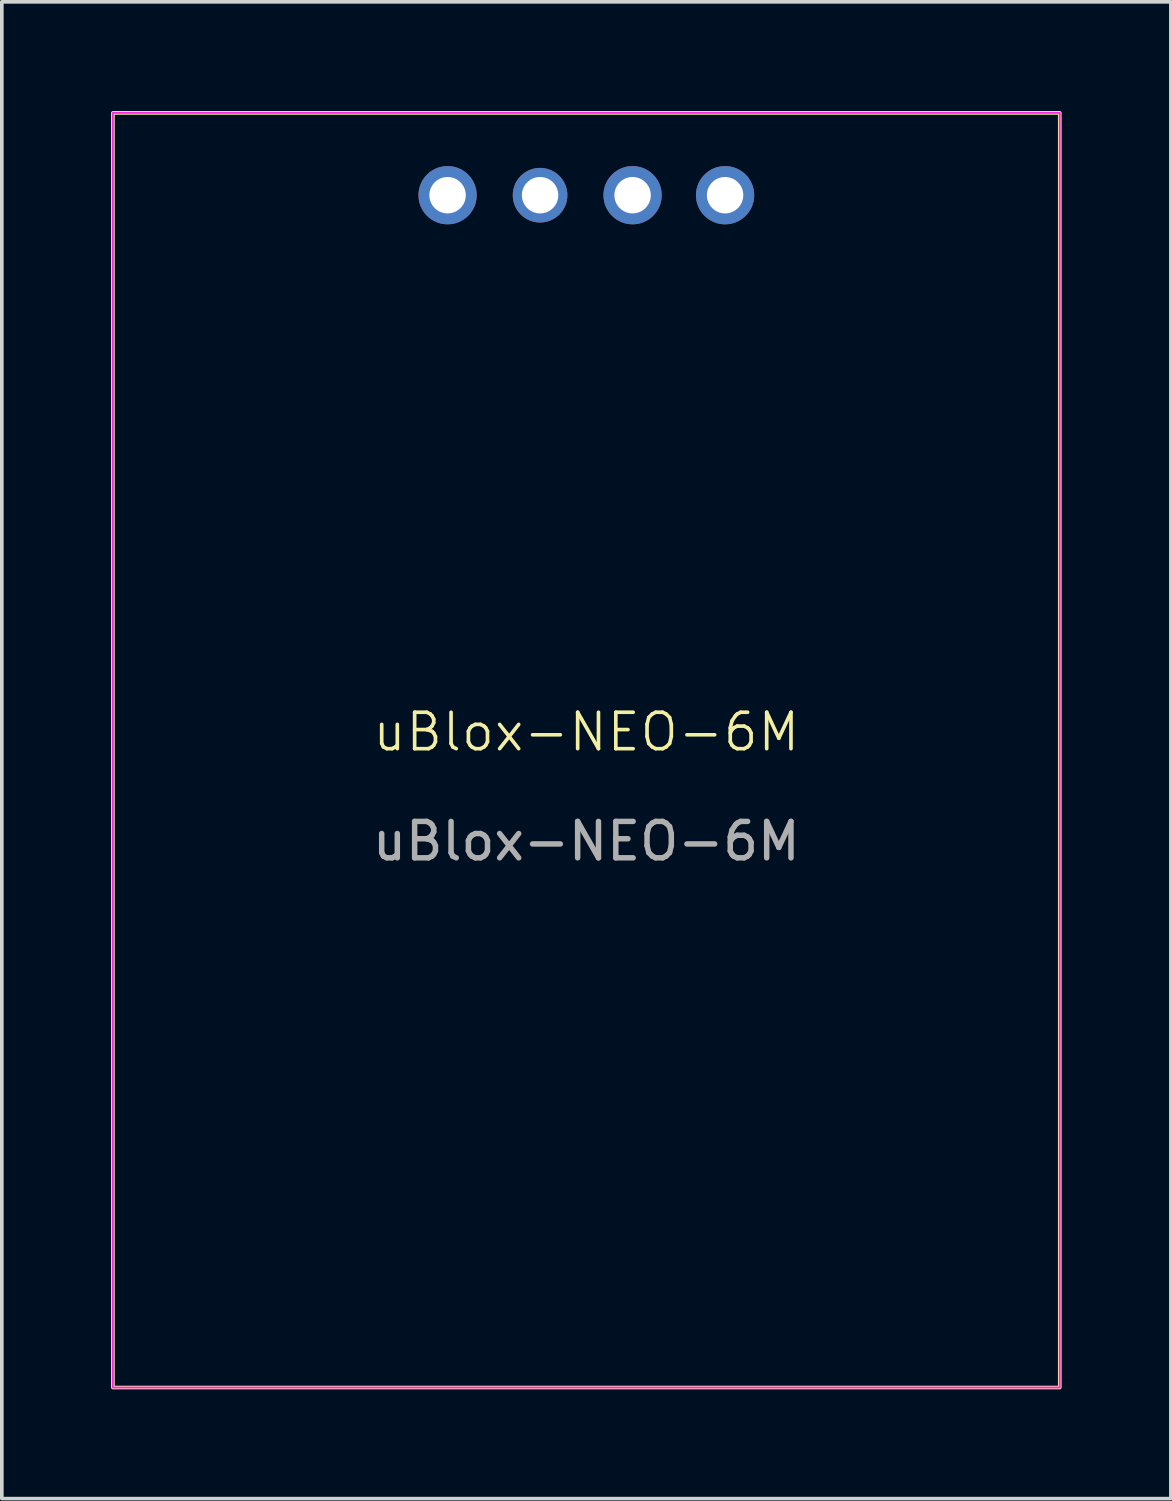
<source format=kicad_pcb>
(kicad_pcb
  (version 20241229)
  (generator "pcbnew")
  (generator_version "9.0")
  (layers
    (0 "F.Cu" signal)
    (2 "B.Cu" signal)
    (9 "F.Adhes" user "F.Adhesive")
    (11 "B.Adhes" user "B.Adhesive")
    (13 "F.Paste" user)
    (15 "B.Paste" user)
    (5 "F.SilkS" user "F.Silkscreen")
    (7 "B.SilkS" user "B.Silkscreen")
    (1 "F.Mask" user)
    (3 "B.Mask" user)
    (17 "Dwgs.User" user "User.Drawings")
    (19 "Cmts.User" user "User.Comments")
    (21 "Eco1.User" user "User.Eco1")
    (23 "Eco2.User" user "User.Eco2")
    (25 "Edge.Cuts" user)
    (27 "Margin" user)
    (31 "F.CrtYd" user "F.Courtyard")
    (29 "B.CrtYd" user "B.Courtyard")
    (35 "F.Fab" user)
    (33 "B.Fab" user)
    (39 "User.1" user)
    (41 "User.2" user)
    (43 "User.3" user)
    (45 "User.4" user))
  (footprint "uBlox-NEO-6M"
    (layer "F.Cu")
    (at 13.05 17.55)
    (property "Reference" "uBlox-NEO-6M" (at 0 -0.5 0) (unlocked yes) (layer "F.SilkS") (effects (font (size 1 1) (thickness 0.1))))
    (attr smd)
    (fp_rect (start -13 -17.5) (end 13 17.5) (stroke (width 0.1) (type default)) (fill no) (layer "F.SilkS"))
    (fp_rect (start -13 -17.5) (end 13 17.5) (stroke (width 0.05) (type default)) (fill no) (layer "F.CrtYd"))
    (fp_text user "${REFERENCE}" (at 0 2.5 0) (unlocked yes) (layer "F.Fab") (effects (font (size 1 1) (thickness 0.15))))
    (pad "1" thru_hole circle (at -3.81 -15.24) (size 1.6 1.6) (drill 1) (layers "*.Cu" "*.Mask"))
    (pad "2" thru_hole circle (at -1.27 -15.24) (size 1.5 1.5) (drill 1) (layers "*.Cu" "F.Mask" "F.Paste"))
    (pad "3" thru_hole circle (at 1.27 -15.24) (size 1.6 1.6) (drill 1) (layers "*.Cu" "F.Mask" "F.Paste"))
    (pad "4" thru_hole circle (at 3.81 -15.24) (size 1.6 1.6) (drill 1) (layers "*.Cu" "F.Mask" "F.Paste")))
  (gr_rect
    (start -3 -3)
    (end 29.1 38.1)
    (stroke (width 0.1) (type default))
    (fill no)
    (layer "Edge.Cuts")))
</source>
